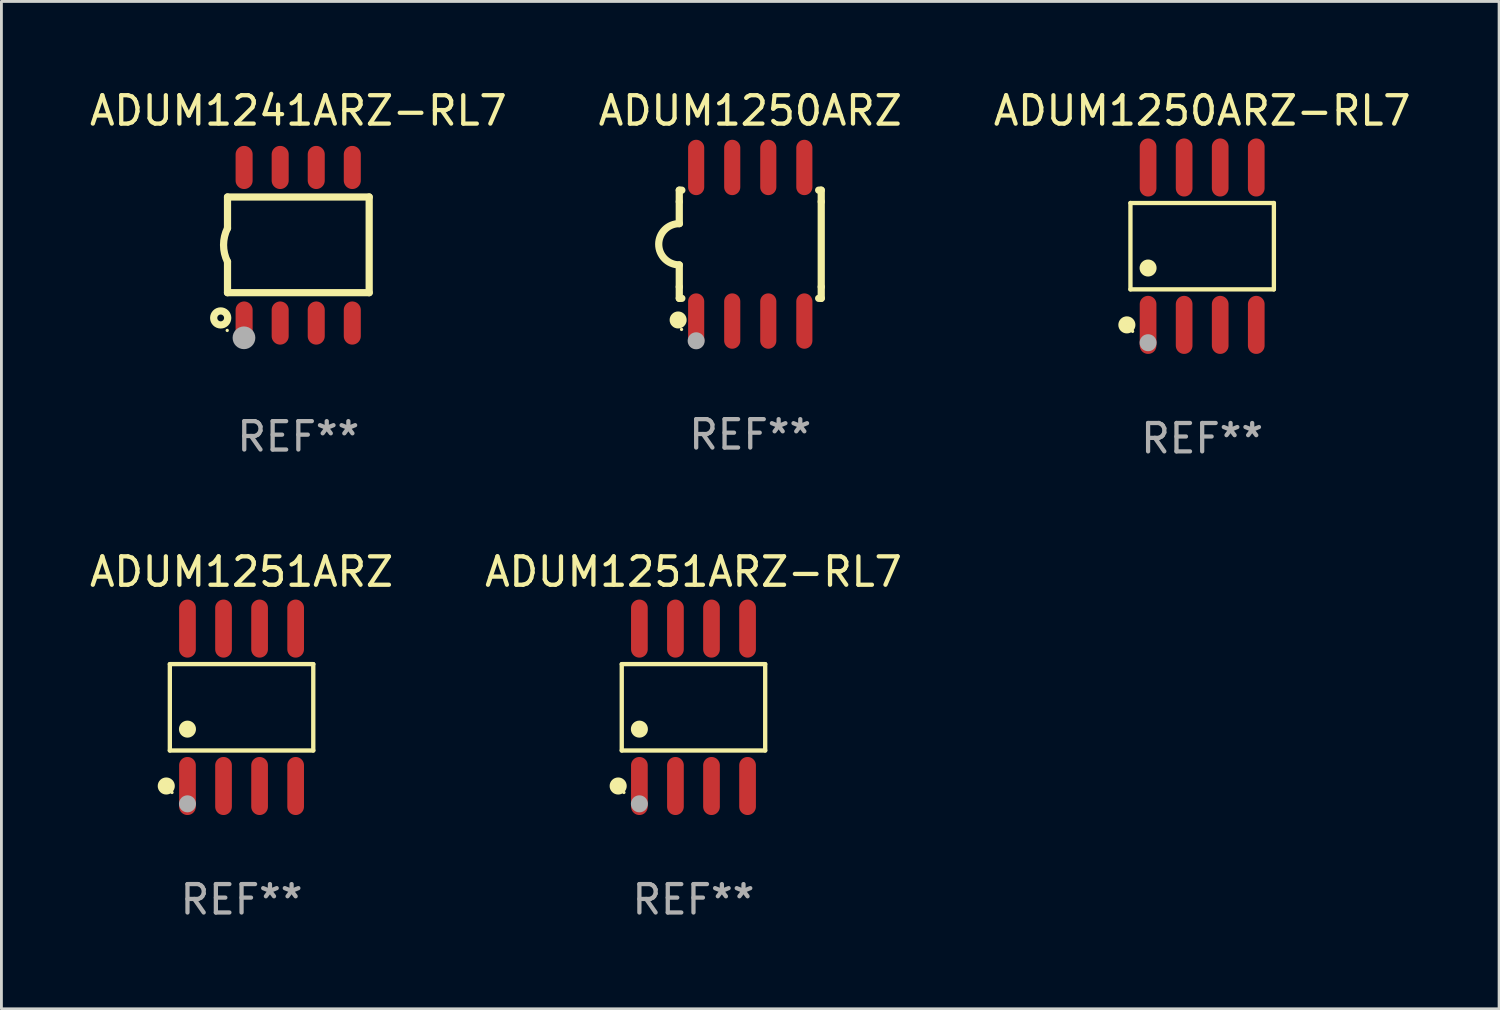
<source format=kicad_pcb>
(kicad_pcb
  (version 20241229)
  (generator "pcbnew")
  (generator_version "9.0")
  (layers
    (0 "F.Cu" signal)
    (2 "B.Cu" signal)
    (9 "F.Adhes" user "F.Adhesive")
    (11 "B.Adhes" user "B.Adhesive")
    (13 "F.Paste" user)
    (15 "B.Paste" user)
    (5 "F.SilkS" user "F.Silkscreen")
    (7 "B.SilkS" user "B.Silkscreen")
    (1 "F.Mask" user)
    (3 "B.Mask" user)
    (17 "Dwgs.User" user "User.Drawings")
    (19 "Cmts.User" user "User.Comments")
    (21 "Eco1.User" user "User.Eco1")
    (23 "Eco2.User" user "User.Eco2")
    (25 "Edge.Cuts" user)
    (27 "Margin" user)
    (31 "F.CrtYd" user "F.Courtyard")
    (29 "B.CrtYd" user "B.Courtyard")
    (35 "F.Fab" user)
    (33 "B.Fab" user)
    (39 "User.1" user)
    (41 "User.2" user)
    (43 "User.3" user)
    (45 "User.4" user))
  (footprint "ADUM1241ARZ-RL7"
    (layer "F.Cu")
    (at 7.458 5.588)
    (property "Reference" "ADUM1241ARZ-RL7" (at 0 -4.74 0) (layer "F.SilkS") (effects (font (size 1 1) (thickness 0.15))))
    (attr through_hole)
    (fp_line (start -2.495 -1.7) (end 2.495 -1.7) (stroke (width 0.254) (type solid)) (layer "F.SilkS"))
    (fp_line (start -2.495 -0.6) (end -2.495 -1.7) (stroke (width 0.254) (type solid)) (layer "F.SilkS"))
    (fp_line (start -2.495 1.671) (end -2.495 0.58) (stroke (width 0.254) (type solid)) (layer "F.SilkS"))
    (fp_line (start 2.495 -1.7) (end 2.495 1.671) (stroke (width 0.254) (type solid)) (layer "F.SilkS"))
    (fp_line (start 2.495 1.671) (end -2.495 1.671) (stroke (width 0.254) (type solid)) (layer "F.SilkS"))
    (fp_arc (start -2.495009 0.58001) (mid -2.634112 -0.009995) (end -2.495009 -0.6) (stroke (width 0.254001) (type solid)) (layer "F.SilkS"))
    (fp_circle (center -2.735 2.56) (end -2.615 2.56) (stroke (width 0.254) (type solid)) (fill no) (layer "F.SilkS"))
    (fp_circle (center -2.505 3) (end -2.475 3) (stroke (width 0.06) (type solid)) (fill no) (layer "F.SilkS"))
    (fp_circle (center -1.915 3.26) (end -1.715 3.26) (stroke (width 0.4) (type solid)) (fill no) (layer "F.Fab"))
    (fp_text user "REF**" (at 0 6.74 0) (layer "F.Fab") (effects (font (size 1 1) (thickness 0.15))))
    (pad "1" smd oval (at -1.91 2.74) (size 0.6 1.52) (layers "F.Cu" "F.Mask" "F.Paste"))
    (pad "2" smd oval (at -0.64 2.74) (size 0.6 1.52) (layers "F.Cu" "F.Mask" "F.Paste"))
    (pad "3" smd oval (at 0.63 2.74) (size 0.6 1.52) (layers "F.Cu" "F.Mask" "F.Paste"))
    (pad "4" smd oval (at 1.9 2.74) (size 0.6 1.52) (layers "F.Cu" "F.Mask" "F.Paste"))
    (pad "5" smd oval (at 1.9 -2.74) (size 0.6 1.52) (layers "F.Cu" "F.Mask" "F.Paste"))
    (pad "6" smd oval (at 0.63 -2.74) (size 0.6 1.52) (layers "F.Cu" "F.Mask" "F.Paste"))
    (pad "7" smd oval (at -0.64 -2.74) (size 0.6 1.52) (layers "F.Cu" "F.Mask" "F.Paste"))
    (pad "8" smd oval (at -1.91 -2.74) (size 0.6 1.52) (layers "F.Cu" "F.Mask" "F.Paste")))
  (footprint "ADUM1251ARZ-RL7"
    (layer "F.Cu")
    (at 21.375 21.862)
    (property "Reference" "ADUM1251ARZ-RL7" (at 0 -4.772 0) (layer "F.SilkS") (effects (font (size 1 1) (thickness 0.15))))
    (attr through_hole)
    (fp_line (start -2.526 -1.521) (end 2.526 -1.521) (stroke (width 0.152) (type solid)) (layer "F.SilkS"))
    (fp_line (start -2.526 1.521) (end -2.526 -1.521) (stroke (width 0.152) (type solid)) (layer "F.SilkS"))
    (fp_line (start 2.526 -1.521) (end 2.526 1.521) (stroke (width 0.152) (type solid)) (layer "F.SilkS"))
    (fp_line (start 2.526 1.521) (end -2.526 1.521) (stroke (width 0.152) (type solid)) (layer "F.SilkS"))
    (fp_circle (center -2.652 2.772) (end -2.501 2.772) (stroke (width 0.3) (type solid)) (fill no) (layer "F.SilkS"))
    (fp_circle (center -2.45 3) (end -2.42 3) (stroke (width 0.06) (type solid)) (fill no) (layer "F.SilkS"))
    (fp_circle (center -1.905 0.769) (end -1.755 0.769) (stroke (width 0.3) (type solid)) (fill no) (layer "F.SilkS"))
    (fp_circle (center -1.905 3.4) (end -1.755 3.4) (stroke (width 0.3) (type solid)) (fill no) (layer "F.Fab"))
    (fp_text user "REF**" (at 0 6.772 0) (layer "F.Fab") (effects (font (size 1 1) (thickness 0.15))))
    (pad "1" smd oval (at -1.905 2.772) (size 0.588 2.045) (layers "F.Cu" "F.Mask" "F.Paste"))
    (pad "2" smd oval (at -0.635 2.772) (size 0.588 2.045) (layers "F.Cu" "F.Mask" "F.Paste"))
    (pad "3" smd oval (at 0.635 2.772) (size 0.588 2.045) (layers "F.Cu" "F.Mask" "F.Paste"))
    (pad "4" smd oval (at 1.905 2.772) (size 0.588 2.045) (layers "F.Cu" "F.Mask" "F.Paste"))
    (pad "5" smd oval (at 1.905 -2.772) (size 0.588 2.045) (layers "F.Cu" "F.Mask" "F.Paste"))
    (pad "6" smd oval (at 0.635 -2.772) (size 0.588 2.045) (layers "F.Cu" "F.Mask" "F.Paste"))
    (pad "7" smd oval (at -0.635 -2.772) (size 0.588 2.045) (layers "F.Cu" "F.Mask" "F.Paste"))
    (pad "8" smd oval (at -1.905 -2.772) (size 0.588 2.045) (layers "F.Cu" "F.Mask" "F.Paste")))
  (footprint "ADUM1250ARZ-RL7"
    (layer "F.Cu")
    (at 39.292 5.621)
    (property "Reference" "ADUM1250ARZ-RL7" (at 0 -4.772 0) (layer "F.SilkS") (effects (font (size 1 1) (thickness 0.15))))
    (attr through_hole)
    (fp_line (start -2.526 -1.521) (end 2.526 -1.521) (stroke (width 0.152) (type solid)) (layer "F.SilkS"))
    (fp_line (start -2.526 1.521) (end -2.526 -1.521) (stroke (width 0.152) (type solid)) (layer "F.SilkS"))
    (fp_line (start 2.526 -1.521) (end 2.526 1.521) (stroke (width 0.152) (type solid)) (layer "F.SilkS"))
    (fp_line (start 2.526 1.521) (end -2.526 1.521) (stroke (width 0.152) (type solid)) (layer "F.SilkS"))
    (fp_circle (center -2.652 2.772) (end -2.501 2.772) (stroke (width 0.3) (type solid)) (fill no) (layer "F.SilkS"))
    (fp_circle (center -2.45 3) (end -2.42 3) (stroke (width 0.06) (type solid)) (fill no) (layer "F.SilkS"))
    (fp_circle (center -1.905 0.769) (end -1.755 0.769) (stroke (width 0.3) (type solid)) (fill no) (layer "F.SilkS"))
    (fp_circle (center -1.905 3.4) (end -1.755 3.4) (stroke (width 0.3) (type solid)) (fill no) (layer "F.Fab"))
    (fp_text user "REF**" (at 0 6.772 0) (layer "F.Fab") (effects (font (size 1 1) (thickness 0.15))))
    (pad "1" smd oval (at -1.905 2.772) (size 0.588 2.045) (layers "F.Cu" "F.Mask" "F.Paste"))
    (pad "2" smd oval (at -0.635 2.772) (size 0.588 2.045) (layers "F.Cu" "F.Mask" "F.Paste"))
    (pad "3" smd oval (at 0.635 2.772) (size 0.588 2.045) (layers "F.Cu" "F.Mask" "F.Paste"))
    (pad "4" smd oval (at 1.905 2.772) (size 0.588 2.045) (layers "F.Cu" "F.Mask" "F.Paste"))
    (pad "5" smd oval (at 1.905 -2.772) (size 0.588 2.045) (layers "F.Cu" "F.Mask" "F.Paste"))
    (pad "6" smd oval (at 0.635 -2.772) (size 0.588 2.045) (layers "F.Cu" "F.Mask" "F.Paste"))
    (pad "7" smd oval (at -0.635 -2.772) (size 0.588 2.045) (layers "F.Cu" "F.Mask" "F.Paste"))
    (pad "8" smd oval (at -1.905 -2.772) (size 0.588 2.045) (layers "F.Cu" "F.Mask" "F.Paste")))
  (footprint "ADUM1250ARZ"
    (layer "F.Cu")
    (at 23.375 5.553)
    (property "Reference" "ADUM1250ARZ" (at 0 -4.705 0) (layer "F.SilkS") (effects (font (size 1 1) (thickness 0.15))))
    (attr through_hole)
    (fp_line (start -2.5 -1.905) (end -2.409 -1.905) (stroke (width 0.254) (type solid)) (layer "F.SilkS"))
    (fp_line (start -2.5 -1.5) (end -2.5 -1.905) (stroke (width 0.254) (type solid)) (layer "F.SilkS"))
    (fp_line (start -2.5 -1.5) (end -2.5 -0.726) (stroke (width 0.254) (type solid)) (layer "F.SilkS"))
    (fp_line (start -2.5 1.5) (end -2.5 0.727) (stroke (width 0.254) (type solid)) (layer "F.SilkS"))
    (fp_line (start -2.5 1.5) (end -2.5 1.905) (stroke (width 0.254) (type solid)) (layer "F.SilkS"))
    (fp_line (start -2.5 1.905) (end -2.409 1.905) (stroke (width 0.254) (type solid)) (layer "F.SilkS"))
    (fp_line (start 2.5 -1.905) (end 2.409 -1.905) (stroke (width 0.254) (type solid)) (layer "F.SilkS"))
    (fp_line (start 2.5 -1.5) (end 2.5 -1.905) (stroke (width 0.254) (type solid)) (layer "F.SilkS"))
    (fp_line (start 2.5 -1.5) (end 2.5 1.5) (stroke (width 0.254) (type solid)) (layer "F.SilkS"))
    (fp_line (start 2.5 1.5) (end 2.5 1.905) (stroke (width 0.254) (type solid)) (layer "F.SilkS"))
    (fp_line (start 2.5 1.905) (end 2.409 1.905) (stroke (width 0.254) (type solid)) (layer "F.SilkS"))
    (fp_arc (start -2.5 0.726568) (mid -3.220316 -0.0023) (end -2.495097 -0.726289) (stroke (width 0.254001) (type solid)) (layer "F.SilkS"))
    (fp_circle (center -2.54 2.667) (end -2.39 2.667) (stroke (width 0.3) (type solid)) (fill no) (layer "F.SilkS"))
    (fp_circle (center -2.42 3) (end -2.39 3) (stroke (width 0.06) (type solid)) (fill no) (layer "F.SilkS"))
    (fp_circle (center -1.905 3.4) (end -1.755 3.4) (stroke (width 0.3) (type solid)) (fill no) (layer "F.Fab"))
    (fp_text user "REF**" (at 0 6.705 0) (layer "F.Fab") (effects (font (size 1 1) (thickness 0.15))))
    (pad "1" smd oval (at -1.905 2.705) (size 0.568 1.95) (layers "F.Cu" "F.Mask" "F.Paste"))
    (pad "2" smd oval (at -0.635 2.705) (size 0.568 1.95) (layers "F.Cu" "F.Mask" "F.Paste"))
    (pad "3" smd oval (at 0.635 2.705) (size 0.568 1.95) (layers "F.Cu" "F.Mask" "F.Paste"))
    (pad "4" smd oval (at 1.905 2.705) (size 0.568 1.95) (layers "F.Cu" "F.Mask" "F.Paste"))
    (pad "5" smd oval (at 1.905 -2.705) (size 0.568 1.95) (layers "F.Cu" "F.Mask" "F.Paste"))
    (pad "6" smd oval (at 0.635 -2.705) (size 0.568 1.95) (layers "F.Cu" "F.Mask" "F.Paste"))
    (pad "7" smd oval (at -0.635 -2.705) (size 0.568 1.95) (layers "F.Cu" "F.Mask" "F.Paste"))
    (pad "8" smd oval (at -1.905 -2.705) (size 0.568 1.95) (layers "F.Cu" "F.Mask" "F.Paste")))
  (footprint "ADUM1251ARZ"
    (layer "F.Cu")
    (at 5.458 21.862)
    (property "Reference" "ADUM1251ARZ" (at 0 -4.772 0) (layer "F.SilkS") (effects (font (size 1 1) (thickness 0.15))))
    (attr through_hole)
    (fp_line (start -2.526 -1.521) (end 2.526 -1.521) (stroke (width 0.152) (type solid)) (layer "F.SilkS"))
    (fp_line (start -2.526 1.521) (end -2.526 -1.521) (stroke (width 0.152) (type solid)) (layer "F.SilkS"))
    (fp_line (start 2.526 -1.521) (end 2.526 1.521) (stroke (width 0.152) (type solid)) (layer "F.SilkS"))
    (fp_line (start 2.526 1.521) (end -2.526 1.521) (stroke (width 0.152) (type solid)) (layer "F.SilkS"))
    (fp_circle (center -2.652 2.772) (end -2.501 2.772) (stroke (width 0.3) (type solid)) (fill no) (layer "F.SilkS"))
    (fp_circle (center -2.45 3) (end -2.42 3) (stroke (width 0.06) (type solid)) (fill no) (layer "F.SilkS"))
    (fp_circle (center -1.905 0.769) (end -1.755 0.769) (stroke (width 0.3) (type solid)) (fill no) (layer "F.SilkS"))
    (fp_circle (center -1.905 3.4) (end -1.755 3.4) (stroke (width 0.3) (type solid)) (fill no) (layer "F.Fab"))
    (fp_text user "REF**" (at 0 6.772 0) (layer "F.Fab") (effects (font (size 1 1) (thickness 0.15))))
    (pad "1" smd oval (at -1.905 2.772) (size 0.588 2.045) (layers "F.Cu" "F.Mask" "F.Paste"))
    (pad "2" smd oval (at -0.635 2.772) (size 0.588 2.045) (layers "F.Cu" "F.Mask" "F.Paste"))
    (pad "3" smd oval (at 0.635 2.772) (size 0.588 2.045) (layers "F.Cu" "F.Mask" "F.Paste"))
    (pad "4" smd oval (at 1.905 2.772) (size 0.588 2.045) (layers "F.Cu" "F.Mask" "F.Paste"))
    (pad "5" smd oval (at 1.905 -2.772) (size 0.588 2.045) (layers "F.Cu" "F.Mask" "F.Paste"))
    (pad "6" smd oval (at 0.635 -2.772) (size 0.588 2.045) (layers "F.Cu" "F.Mask" "F.Paste"))
    (pad "7" smd oval (at -0.635 -2.772) (size 0.588 2.045) (layers "F.Cu" "F.Mask" "F.Paste"))
    (pad "8" smd oval (at -1.905 -2.772) (size 0.588 2.045) (layers "F.Cu" "F.Mask" "F.Paste")))
  (gr_rect
    (start -3 -3)
    (end 49.75 32.483)
    (stroke (width 0.1) (type default))
    (fill no)
    (layer "Edge.Cuts")))
</source>
